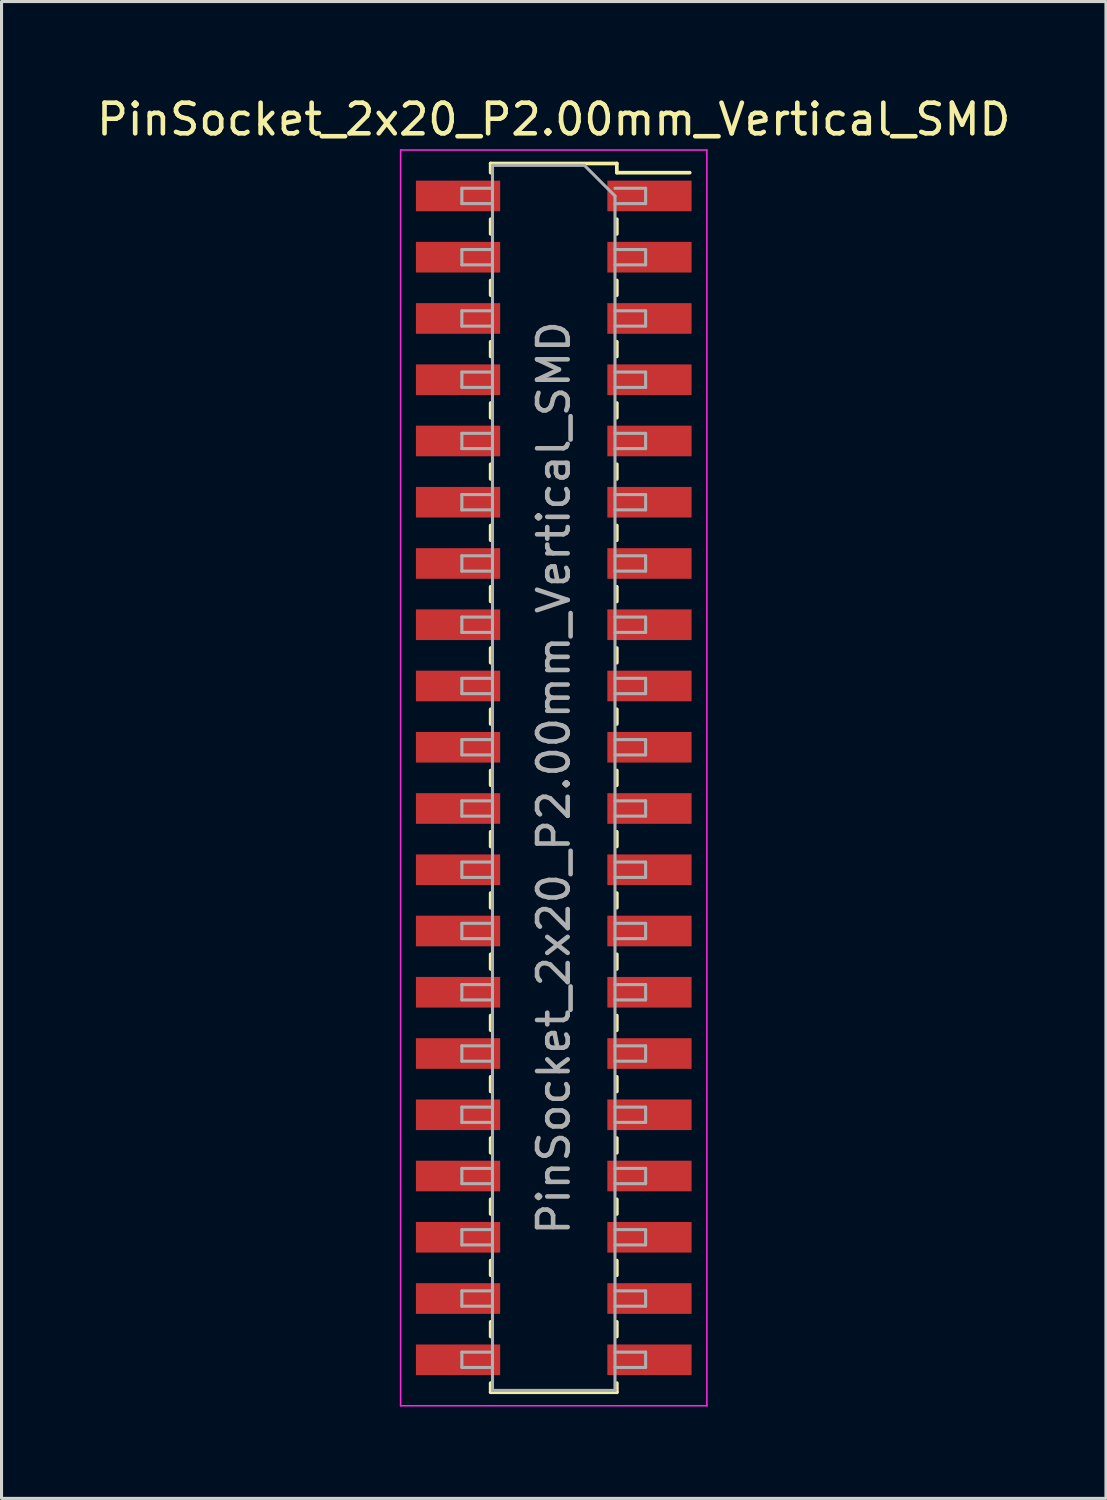
<source format=kicad_pcb>
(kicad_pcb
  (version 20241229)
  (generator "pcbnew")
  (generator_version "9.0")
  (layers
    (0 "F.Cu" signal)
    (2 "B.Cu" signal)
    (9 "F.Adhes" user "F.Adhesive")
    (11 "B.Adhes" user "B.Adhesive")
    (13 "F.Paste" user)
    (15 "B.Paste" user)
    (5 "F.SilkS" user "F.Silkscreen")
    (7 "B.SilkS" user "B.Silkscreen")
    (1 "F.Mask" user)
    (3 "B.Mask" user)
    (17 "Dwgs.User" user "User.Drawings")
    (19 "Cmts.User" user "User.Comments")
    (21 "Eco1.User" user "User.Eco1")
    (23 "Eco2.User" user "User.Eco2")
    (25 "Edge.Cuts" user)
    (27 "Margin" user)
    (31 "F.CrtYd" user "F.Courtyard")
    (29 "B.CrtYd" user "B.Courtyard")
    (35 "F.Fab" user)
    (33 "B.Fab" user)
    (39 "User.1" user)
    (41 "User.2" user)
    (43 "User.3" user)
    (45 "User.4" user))
  (footprint "PinSocket_2x20_P2.00mm_Vertical_SMD"
    (layer "F.Cu")
    (at 15.03 22.348)
    (property "Reference" "PinSocket_2x20_P2.00mm_Vertical_SMD" (at 0 -21.5 0) (layer "F.SilkS") (effects (font (size 1 1) (thickness 0.15))))
    (attr smd)
    (fp_line (start -2.06 -20.06) (end -2.06 -19.76) (stroke (width 0.12) (type solid)) (layer "F.SilkS"))
    (fp_line (start -2.06 -20.06) (end 2.06 -20.06) (stroke (width 0.12) (type solid)) (layer "F.SilkS"))
    (fp_line (start -2.06 -18.24) (end -2.06 -17.76) (stroke (width 0.12) (type solid)) (layer "F.SilkS"))
    (fp_line (start -2.06 -16.24) (end -2.06 -15.76) (stroke (width 0.12) (type solid)) (layer "F.SilkS"))
    (fp_line (start -2.06 -14.24) (end -2.06 -13.76) (stroke (width 0.12) (type solid)) (layer "F.SilkS"))
    (fp_line (start -2.06 -12.24) (end -2.06 -11.76) (stroke (width 0.12) (type solid)) (layer "F.SilkS"))
    (fp_line (start -2.06 -10.24) (end -2.06 -9.76) (stroke (width 0.12) (type solid)) (layer "F.SilkS"))
    (fp_line (start -2.06 -8.24) (end -2.06 -7.76) (stroke (width 0.12) (type solid)) (layer "F.SilkS"))
    (fp_line (start -2.06 -6.24) (end -2.06 -5.76) (stroke (width 0.12) (type solid)) (layer "F.SilkS"))
    (fp_line (start -2.06 -4.24) (end -2.06 -3.76) (stroke (width 0.12) (type solid)) (layer "F.SilkS"))
    (fp_line (start -2.06 -2.24) (end -2.06 -1.76) (stroke (width 0.12) (type solid)) (layer "F.SilkS"))
    (fp_line (start -2.06 -0.24) (end -2.06 0.24) (stroke (width 0.12) (type solid)) (layer "F.SilkS"))
    (fp_line (start -2.06 1.76) (end -2.06 2.24) (stroke (width 0.12) (type solid)) (layer "F.SilkS"))
    (fp_line (start -2.06 3.76) (end -2.06 4.24) (stroke (width 0.12) (type solid)) (layer "F.SilkS"))
    (fp_line (start -2.06 5.76) (end -2.06 6.24) (stroke (width 0.12) (type solid)) (layer "F.SilkS"))
    (fp_line (start -2.06 7.76) (end -2.06 8.24) (stroke (width 0.12) (type solid)) (layer "F.SilkS"))
    (fp_line (start -2.06 9.76) (end -2.06 10.24) (stroke (width 0.12) (type solid)) (layer "F.SilkS"))
    (fp_line (start -2.06 11.76) (end -2.06 12.24) (stroke (width 0.12) (type solid)) (layer "F.SilkS"))
    (fp_line (start -2.06 13.76) (end -2.06 14.24) (stroke (width 0.12) (type solid)) (layer "F.SilkS"))
    (fp_line (start -2.06 15.76) (end -2.06 16.24) (stroke (width 0.12) (type solid)) (layer "F.SilkS"))
    (fp_line (start -2.06 17.76) (end -2.06 18.24) (stroke (width 0.12) (type solid)) (layer "F.SilkS"))
    (fp_line (start -2.06 19.76) (end -2.06 20.06) (stroke (width 0.12) (type solid)) (layer "F.SilkS"))
    (fp_line (start -2.06 20.06) (end 2.06 20.06) (stroke (width 0.12) (type solid)) (layer "F.SilkS"))
    (fp_line (start 2.06 -20.06) (end 2.06 -19.76) (stroke (width 0.12) (type solid)) (layer "F.SilkS"))
    (fp_line (start 2.06 -19.76) (end 4.44 -19.76) (stroke (width 0.12) (type solid)) (layer "F.SilkS"))
    (fp_line (start 2.06 -18.24) (end 2.06 -17.76) (stroke (width 0.12) (type solid)) (layer "F.SilkS"))
    (fp_line (start 2.06 -16.24) (end 2.06 -15.76) (stroke (width 0.12) (type solid)) (layer "F.SilkS"))
    (fp_line (start 2.06 -14.24) (end 2.06 -13.76) (stroke (width 0.12) (type solid)) (layer "F.SilkS"))
    (fp_line (start 2.06 -12.24) (end 2.06 -11.76) (stroke (width 0.12) (type solid)) (layer "F.SilkS"))
    (fp_line (start 2.06 -10.24) (end 2.06 -9.76) (stroke (width 0.12) (type solid)) (layer "F.SilkS"))
    (fp_line (start 2.06 -8.24) (end 2.06 -7.76) (stroke (width 0.12) (type solid)) (layer "F.SilkS"))
    (fp_line (start 2.06 -6.24) (end 2.06 -5.76) (stroke (width 0.12) (type solid)) (layer "F.SilkS"))
    (fp_line (start 2.06 -4.24) (end 2.06 -3.76) (stroke (width 0.12) (type solid)) (layer "F.SilkS"))
    (fp_line (start 2.06 -2.24) (end 2.06 -1.76) (stroke (width 0.12) (type solid)) (layer "F.SilkS"))
    (fp_line (start 2.06 -0.24) (end 2.06 0.24) (stroke (width 0.12) (type solid)) (layer "F.SilkS"))
    (fp_line (start 2.06 1.76) (end 2.06 2.24) (stroke (width 0.12) (type solid)) (layer "F.SilkS"))
    (fp_line (start 2.06 3.76) (end 2.06 4.24) (stroke (width 0.12) (type solid)) (layer "F.SilkS"))
    (fp_line (start 2.06 5.76) (end 2.06 6.24) (stroke (width 0.12) (type solid)) (layer "F.SilkS"))
    (fp_line (start 2.06 7.76) (end 2.06 8.24) (stroke (width 0.12) (type solid)) (layer "F.SilkS"))
    (fp_line (start 2.06 9.76) (end 2.06 10.24) (stroke (width 0.12) (type solid)) (layer "F.SilkS"))
    (fp_line (start 2.06 11.76) (end 2.06 12.24) (stroke (width 0.12) (type solid)) (layer "F.SilkS"))
    (fp_line (start 2.06 13.76) (end 2.06 14.24) (stroke (width 0.12) (type solid)) (layer "F.SilkS"))
    (fp_line (start 2.06 15.76) (end 2.06 16.24) (stroke (width 0.12) (type solid)) (layer "F.SilkS"))
    (fp_line (start 2.06 17.76) (end 2.06 18.24) (stroke (width 0.12) (type solid)) (layer "F.SilkS"))
    (fp_line (start 2.06 19.76) (end 2.06 20.06) (stroke (width 0.12) (type solid)) (layer "F.SilkS"))
    (fp_line (start -5 -20.5) (end 5 -20.5) (stroke (width 0.05) (type solid)) (layer "F.CrtYd"))
    (fp_line (start -5 20.5) (end -5 -20.5) (stroke (width 0.05) (type solid)) (layer "F.CrtYd"))
    (fp_line (start 5 -20.5) (end 5 20.5) (stroke (width 0.05) (type solid)) (layer "F.CrtYd"))
    (fp_line (start 5 20.5) (end -5 20.5) (stroke (width 0.05) (type solid)) (layer "F.CrtYd"))
    (fp_line (start -3 -19.25) (end -2 -19.25) (stroke (width 0.1) (type solid)) (layer "F.Fab"))
    (fp_line (start -3 -18.75) (end -3 -19.25) (stroke (width 0.1) (type solid)) (layer "F.Fab"))
    (fp_line (start -3 -17.25) (end -2 -17.25) (stroke (width 0.1) (type solid)) (layer "F.Fab"))
    (fp_line (start -3 -16.75) (end -3 -17.25) (stroke (width 0.1) (type solid)) (layer "F.Fab"))
    (fp_line (start -3 -15.25) (end -2 -15.25) (stroke (width 0.1) (type solid)) (layer "F.Fab"))
    (fp_line (start -3 -14.75) (end -3 -15.25) (stroke (width 0.1) (type solid)) (layer "F.Fab"))
    (fp_line (start -3 -13.25) (end -2 -13.25) (stroke (width 0.1) (type solid)) (layer "F.Fab"))
    (fp_line (start -3 -12.75) (end -3 -13.25) (stroke (width 0.1) (type solid)) (layer "F.Fab"))
    (fp_line (start -3 -11.25) (end -2 -11.25) (stroke (width 0.1) (type solid)) (layer "F.Fab"))
    (fp_line (start -3 -10.75) (end -3 -11.25) (stroke (width 0.1) (type solid)) (layer "F.Fab"))
    (fp_line (start -3 -9.25) (end -2 -9.25) (stroke (width 0.1) (type solid)) (layer "F.Fab"))
    (fp_line (start -3 -8.75) (end -3 -9.25) (stroke (width 0.1) (type solid)) (layer "F.Fab"))
    (fp_line (start -3 -7.25) (end -2 -7.25) (stroke (width 0.1) (type solid)) (layer "F.Fab"))
    (fp_line (start -3 -6.75) (end -3 -7.25) (stroke (width 0.1) (type solid)) (layer "F.Fab"))
    (fp_line (start -3 -5.25) (end -2 -5.25) (stroke (width 0.1) (type solid)) (layer "F.Fab"))
    (fp_line (start -3 -4.75) (end -3 -5.25) (stroke (width 0.1) (type solid)) (layer "F.Fab"))
    (fp_line (start -3 -3.25) (end -2 -3.25) (stroke (width 0.1) (type solid)) (layer "F.Fab"))
    (fp_line (start -3 -2.75) (end -3 -3.25) (stroke (width 0.1) (type solid)) (layer "F.Fab"))
    (fp_line (start -3 -1.25) (end -2 -1.25) (stroke (width 0.1) (type solid)) (layer "F.Fab"))
    (fp_line (start -3 -0.75) (end -3 -1.25) (stroke (width 0.1) (type solid)) (layer "F.Fab"))
    (fp_line (start -3 0.75) (end -2 0.75) (stroke (width 0.1) (type solid)) (layer "F.Fab"))
    (fp_line (start -3 1.25) (end -3 0.75) (stroke (width 0.1) (type solid)) (layer "F.Fab"))
    (fp_line (start -3 2.75) (end -2 2.75) (stroke (width 0.1) (type solid)) (layer "F.Fab"))
    (fp_line (start -3 3.25) (end -3 2.75) (stroke (width 0.1) (type solid)) (layer "F.Fab"))
    (fp_line (start -3 4.75) (end -2 4.75) (stroke (width 0.1) (type solid)) (layer "F.Fab"))
    (fp_line (start -3 5.25) (end -3 4.75) (stroke (width 0.1) (type solid)) (layer "F.Fab"))
    (fp_line (start -3 6.75) (end -2 6.75) (stroke (width 0.1) (type solid)) (layer "F.Fab"))
    (fp_line (start -3 7.25) (end -3 6.75) (stroke (width 0.1) (type solid)) (layer "F.Fab"))
    (fp_line (start -3 8.75) (end -2 8.75) (stroke (width 0.1) (type solid)) (layer "F.Fab"))
    (fp_line (start -3 9.25) (end -3 8.75) (stroke (width 0.1) (type solid)) (layer "F.Fab"))
    (fp_line (start -3 10.75) (end -2 10.75) (stroke (width 0.1) (type solid)) (layer "F.Fab"))
    (fp_line (start -3 11.25) (end -3 10.75) (stroke (width 0.1) (type solid)) (layer "F.Fab"))
    (fp_line (start -3 12.75) (end -2 12.75) (stroke (width 0.1) (type solid)) (layer "F.Fab"))
    (fp_line (start -3 13.25) (end -3 12.75) (stroke (width 0.1) (type solid)) (layer "F.Fab"))
    (fp_line (start -3 14.75) (end -2 14.75) (stroke (width 0.1) (type solid)) (layer "F.Fab"))
    (fp_line (start -3 15.25) (end -3 14.75) (stroke (width 0.1) (type solid)) (layer "F.Fab"))
    (fp_line (start -3 16.75) (end -2 16.75) (stroke (width 0.1) (type solid)) (layer "F.Fab"))
    (fp_line (start -3 17.25) (end -3 16.75) (stroke (width 0.1) (type solid)) (layer "F.Fab"))
    (fp_line (start -3 18.75) (end -2 18.75) (stroke (width 0.1) (type solid)) (layer "F.Fab"))
    (fp_line (start -3 19.25) (end -3 18.75) (stroke (width 0.1) (type solid)) (layer "F.Fab"))
    (fp_line (start -2 -20) (end 1 -20) (stroke (width 0.1) (type solid)) (layer "F.Fab"))
    (fp_line (start -2 -18.75) (end -3 -18.75) (stroke (width 0.1) (type solid)) (layer "F.Fab"))
    (fp_line (start -2 -16.75) (end -3 -16.75) (stroke (width 0.1) (type solid)) (layer "F.Fab"))
    (fp_line (start -2 -14.75) (end -3 -14.75) (stroke (width 0.1) (type solid)) (layer "F.Fab"))
    (fp_line (start -2 -12.75) (end -3 -12.75) (stroke (width 0.1) (type solid)) (layer "F.Fab"))
    (fp_line (start -2 -10.75) (end -3 -10.75) (stroke (width 0.1) (type solid)) (layer "F.Fab"))
    (fp_line (start -2 -8.75) (end -3 -8.75) (stroke (width 0.1) (type solid)) (layer "F.Fab"))
    (fp_line (start -2 -6.75) (end -3 -6.75) (stroke (width 0.1) (type solid)) (layer "F.Fab"))
    (fp_line (start -2 -4.75) (end -3 -4.75) (stroke (width 0.1) (type solid)) (layer "F.Fab"))
    (fp_line (start -2 -2.75) (end -3 -2.75) (stroke (width 0.1) (type solid)) (layer "F.Fab"))
    (fp_line (start -2 -0.75) (end -3 -0.75) (stroke (width 0.1) (type solid)) (layer "F.Fab"))
    (fp_line (start -2 1.25) (end -3 1.25) (stroke (width 0.1) (type solid)) (layer "F.Fab"))
    (fp_line (start -2 3.25) (end -3 3.25) (stroke (width 0.1) (type solid)) (layer "F.Fab"))
    (fp_line (start -2 5.25) (end -3 5.25) (stroke (width 0.1) (type solid)) (layer "F.Fab"))
    (fp_line (start -2 7.25) (end -3 7.25) (stroke (width 0.1) (type solid)) (layer "F.Fab"))
    (fp_line (start -2 9.25) (end -3 9.25) (stroke (width 0.1) (type solid)) (layer "F.Fab"))
    (fp_line (start -2 11.25) (end -3 11.25) (stroke (width 0.1) (type solid)) (layer "F.Fab"))
    (fp_line (start -2 13.25) (end -3 13.25) (stroke (width 0.1) (type solid)) (layer "F.Fab"))
    (fp_line (start -2 15.25) (end -3 15.25) (stroke (width 0.1) (type solid)) (layer "F.Fab"))
    (fp_line (start -2 17.25) (end -3 17.25) (stroke (width 0.1) (type solid)) (layer "F.Fab"))
    (fp_line (start -2 19.25) (end -3 19.25) (stroke (width 0.1) (type solid)) (layer "F.Fab"))
    (fp_line (start -2 20) (end -2 -20) (stroke (width 0.1) (type solid)) (layer "F.Fab"))
    (fp_line (start 1 -20) (end 2 -19) (stroke (width 0.1) (type solid)) (layer "F.Fab"))
    (fp_line (start 2 -19.25) (end 3 -19.25) (stroke (width 0.1) (type solid)) (layer "F.Fab"))
    (fp_line (start 2 -19) (end 2 20) (stroke (width 0.1) (type solid)) (layer "F.Fab"))
    (fp_line (start 2 -17.25) (end 3 -17.25) (stroke (width 0.1) (type solid)) (layer "F.Fab"))
    (fp_line (start 2 -15.25) (end 3 -15.25) (stroke (width 0.1) (type solid)) (layer "F.Fab"))
    (fp_line (start 2 -13.25) (end 3 -13.25) (stroke (width 0.1) (type solid)) (layer "F.Fab"))
    (fp_line (start 2 -11.25) (end 3 -11.25) (stroke (width 0.1) (type solid)) (layer "F.Fab"))
    (fp_line (start 2 -9.25) (end 3 -9.25) (stroke (width 0.1) (type solid)) (layer "F.Fab"))
    (fp_line (start 2 -7.25) (end 3 -7.25) (stroke (width 0.1) (type solid)) (layer "F.Fab"))
    (fp_line (start 2 -5.25) (end 3 -5.25) (stroke (width 0.1) (type solid)) (layer "F.Fab"))
    (fp_line (start 2 -3.25) (end 3 -3.25) (stroke (width 0.1) (type solid)) (layer "F.Fab"))
    (fp_line (start 2 -1.25) (end 3 -1.25) (stroke (width 0.1) (type solid)) (layer "F.Fab"))
    (fp_line (start 2 0.75) (end 3 0.75) (stroke (width 0.1) (type solid)) (layer "F.Fab"))
    (fp_line (start 2 2.75) (end 3 2.75) (stroke (width 0.1) (type solid)) (layer "F.Fab"))
    (fp_line (start 2 4.75) (end 3 4.75) (stroke (width 0.1) (type solid)) (layer "F.Fab"))
    (fp_line (start 2 6.75) (end 3 6.75) (stroke (width 0.1) (type solid)) (layer "F.Fab"))
    (fp_line (start 2 8.75) (end 3 8.75) (stroke (width 0.1) (type solid)) (layer "F.Fab"))
    (fp_line (start 2 10.75) (end 3 10.75) (stroke (width 0.1) (type solid)) (layer "F.Fab"))
    (fp_line (start 2 12.75) (end 3 12.75) (stroke (width 0.1) (type solid)) (layer "F.Fab"))
    (fp_line (start 2 14.75) (end 3 14.75) (stroke (width 0.1) (type solid)) (layer "F.Fab"))
    (fp_line (start 2 16.75) (end 3 16.75) (stroke (width 0.1) (type solid)) (layer "F.Fab"))
    (fp_line (start 2 18.75) (end 3 18.75) (stroke (width 0.1) (type solid)) (layer "F.Fab"))
    (fp_line (start 2 20) (end -2 20) (stroke (width 0.1) (type solid)) (layer "F.Fab"))
    (fp_line (start 3 -19.25) (end 3 -18.75) (stroke (width 0.1) (type solid)) (layer "F.Fab"))
    (fp_line (start 3 -18.75) (end 2 -18.75) (stroke (width 0.1) (type solid)) (layer "F.Fab"))
    (fp_line (start 3 -17.25) (end 3 -16.75) (stroke (width 0.1) (type solid)) (layer "F.Fab"))
    (fp_line (start 3 -16.75) (end 2 -16.75) (stroke (width 0.1) (type solid)) (layer "F.Fab"))
    (fp_line (start 3 -15.25) (end 3 -14.75) (stroke (width 0.1) (type solid)) (layer "F.Fab"))
    (fp_line (start 3 -14.75) (end 2 -14.75) (stroke (width 0.1) (type solid)) (layer "F.Fab"))
    (fp_line (start 3 -13.25) (end 3 -12.75) (stroke (width 0.1) (type solid)) (layer "F.Fab"))
    (fp_line (start 3 -12.75) (end 2 -12.75) (stroke (width 0.1) (type solid)) (layer "F.Fab"))
    (fp_line (start 3 -11.25) (end 3 -10.75) (stroke (width 0.1) (type solid)) (layer "F.Fab"))
    (fp_line (start 3 -10.75) (end 2 -10.75) (stroke (width 0.1) (type solid)) (layer "F.Fab"))
    (fp_line (start 3 -9.25) (end 3 -8.75) (stroke (width 0.1) (type solid)) (layer "F.Fab"))
    (fp_line (start 3 -8.75) (end 2 -8.75) (stroke (width 0.1) (type solid)) (layer "F.Fab"))
    (fp_line (start 3 -7.25) (end 3 -6.75) (stroke (width 0.1) (type solid)) (layer "F.Fab"))
    (fp_line (start 3 -6.75) (end 2 -6.75) (stroke (width 0.1) (type solid)) (layer "F.Fab"))
    (fp_line (start 3 -5.25) (end 3 -4.75) (stroke (width 0.1) (type solid)) (layer "F.Fab"))
    (fp_line (start 3 -4.75) (end 2 -4.75) (stroke (width 0.1) (type solid)) (layer "F.Fab"))
    (fp_line (start 3 -3.25) (end 3 -2.75) (stroke (width 0.1) (type solid)) (layer "F.Fab"))
    (fp_line (start 3 -2.75) (end 2 -2.75) (stroke (width 0.1) (type solid)) (layer "F.Fab"))
    (fp_line (start 3 -1.25) (end 3 -0.75) (stroke (width 0.1) (type solid)) (layer "F.Fab"))
    (fp_line (start 3 -0.75) (end 2 -0.75) (stroke (width 0.1) (type solid)) (layer "F.Fab"))
    (fp_line (start 3 0.75) (end 3 1.25) (stroke (width 0.1) (type solid)) (layer "F.Fab"))
    (fp_line (start 3 1.25) (end 2 1.25) (stroke (width 0.1) (type solid)) (layer "F.Fab"))
    (fp_line (start 3 2.75) (end 3 3.25) (stroke (width 0.1) (type solid)) (layer "F.Fab"))
    (fp_line (start 3 3.25) (end 2 3.25) (stroke (width 0.1) (type solid)) (layer "F.Fab"))
    (fp_line (start 3 4.75) (end 3 5.25) (stroke (width 0.1) (type solid)) (layer "F.Fab"))
    (fp_line (start 3 5.25) (end 2 5.25) (stroke (width 0.1) (type solid)) (layer "F.Fab"))
    (fp_line (start 3 6.75) (end 3 7.25) (stroke (width 0.1) (type solid)) (layer "F.Fab"))
    (fp_line (start 3 7.25) (end 2 7.25) (stroke (width 0.1) (type solid)) (layer "F.Fab"))
    (fp_line (start 3 8.75) (end 3 9.25) (stroke (width 0.1) (type solid)) (layer "F.Fab"))
    (fp_line (start 3 9.25) (end 2 9.25) (stroke (width 0.1) (type solid)) (layer "F.Fab"))
    (fp_line (start 3 10.75) (end 3 11.25) (stroke (width 0.1) (type solid)) (layer "F.Fab"))
    (fp_line (start 3 11.25) (end 2 11.25) (stroke (width 0.1) (type solid)) (layer "F.Fab"))
    (fp_line (start 3 12.75) (end 3 13.25) (stroke (width 0.1) (type solid)) (layer "F.Fab"))
    (fp_line (start 3 13.25) (end 2 13.25) (stroke (width 0.1) (type solid)) (layer "F.Fab"))
    (fp_line (start 3 14.75) (end 3 15.25) (stroke (width 0.1) (type solid)) (layer "F.Fab"))
    (fp_line (start 3 15.25) (end 2 15.25) (stroke (width 0.1) (type solid)) (layer "F.Fab"))
    (fp_line (start 3 16.75) (end 3 17.25) (stroke (width 0.1) (type solid)) (layer "F.Fab"))
    (fp_line (start 3 17.25) (end 2 17.25) (stroke (width 0.1) (type solid)) (layer "F.Fab"))
    (fp_line (start 3 18.75) (end 3 19.25) (stroke (width 0.1) (type solid)) (layer "F.Fab"))
    (fp_line (start 3 19.25) (end 2 19.25) (stroke (width 0.1) (type solid)) (layer "F.Fab"))
    (fp_text user "${REFERENCE}" (at 0 0 90) (layer "F.Fab") (effects (font (size 1 1) (thickness 0.15))))
    (pad "1" smd rect (at 3.125 -19) (size 2.75 1) (layers "F.Cu" "F.Mask" "F.Paste"))
    (pad "2" smd rect (at -3.125 -19) (size 2.75 1) (layers "F.Cu" "F.Mask" "F.Paste"))
    (pad "3" smd rect (at 3.125 -17) (size 2.75 1) (layers "F.Cu" "F.Mask" "F.Paste"))
    (pad "4" smd rect (at -3.125 -17) (size 2.75 1) (layers "F.Cu" "F.Mask" "F.Paste"))
    (pad "5" smd rect (at 3.125 -15) (size 2.75 1) (layers "F.Cu" "F.Mask" "F.Paste"))
    (pad "6" smd rect (at -3.125 -15) (size 2.75 1) (layers "F.Cu" "F.Mask" "F.Paste"))
    (pad "7" smd rect (at 3.125 -13) (size 2.75 1) (layers "F.Cu" "F.Mask" "F.Paste"))
    (pad "8" smd rect (at -3.125 -13) (size 2.75 1) (layers "F.Cu" "F.Mask" "F.Paste"))
    (pad "9" smd rect (at 3.125 -11) (size 2.75 1) (layers "F.Cu" "F.Mask" "F.Paste"))
    (pad "10" smd rect (at -3.125 -11) (size 2.75 1) (layers "F.Cu" "F.Mask" "F.Paste"))
    (pad "11" smd rect (at 3.125 -9) (size 2.75 1) (layers "F.Cu" "F.Mask" "F.Paste"))
    (pad "12" smd rect (at -3.125 -9) (size 2.75 1) (layers "F.Cu" "F.Mask" "F.Paste"))
    (pad "13" smd rect (at 3.125 -7) (size 2.75 1) (layers "F.Cu" "F.Mask" "F.Paste"))
    (pad "14" smd rect (at -3.125 -7) (size 2.75 1) (layers "F.Cu" "F.Mask" "F.Paste"))
    (pad "15" smd rect (at 3.125 -5) (size 2.75 1) (layers "F.Cu" "F.Mask" "F.Paste"))
    (pad "16" smd rect (at -3.125 -5) (size 2.75 1) (layers "F.Cu" "F.Mask" "F.Paste"))
    (pad "17" smd rect (at 3.125 -3) (size 2.75 1) (layers "F.Cu" "F.Mask" "F.Paste"))
    (pad "18" smd rect (at -3.125 -3) (size 2.75 1) (layers "F.Cu" "F.Mask" "F.Paste"))
    (pad "19" smd rect (at 3.125 -1) (size 2.75 1) (layers "F.Cu" "F.Mask" "F.Paste"))
    (pad "20" smd rect (at -3.125 -1) (size 2.75 1) (layers "F.Cu" "F.Mask" "F.Paste"))
    (pad "21" smd rect (at 3.125 1) (size 2.75 1) (layers "F.Cu" "F.Mask" "F.Paste"))
    (pad "22" smd rect (at -3.125 1) (size 2.75 1) (layers "F.Cu" "F.Mask" "F.Paste"))
    (pad "23" smd rect (at 3.125 3) (size 2.75 1) (layers "F.Cu" "F.Mask" "F.Paste"))
    (pad "24" smd rect (at -3.125 3) (size 2.75 1) (layers "F.Cu" "F.Mask" "F.Paste"))
    (pad "25" smd rect (at 3.125 5) (size 2.75 1) (layers "F.Cu" "F.Mask" "F.Paste"))
    (pad "26" smd rect (at -3.125 5) (size 2.75 1) (layers "F.Cu" "F.Mask" "F.Paste"))
    (pad "27" smd rect (at 3.125 7) (size 2.75 1) (layers "F.Cu" "F.Mask" "F.Paste"))
    (pad "28" smd rect (at -3.125 7) (size 2.75 1) (layers "F.Cu" "F.Mask" "F.Paste"))
    (pad "29" smd rect (at 3.125 9) (size 2.75 1) (layers "F.Cu" "F.Mask" "F.Paste"))
    (pad "30" smd rect (at -3.125 9) (size 2.75 1) (layers "F.Cu" "F.Mask" "F.Paste"))
    (pad "31" smd rect (at 3.125 11) (size 2.75 1) (layers "F.Cu" "F.Mask" "F.Paste"))
    (pad "32" smd rect (at -3.125 11) (size 2.75 1) (layers "F.Cu" "F.Mask" "F.Paste"))
    (pad "33" smd rect (at 3.125 13) (size 2.75 1) (layers "F.Cu" "F.Mask" "F.Paste"))
    (pad "34" smd rect (at -3.125 13) (size 2.75 1) (layers "F.Cu" "F.Mask" "F.Paste"))
    (pad "35" smd rect (at 3.125 15) (size 2.75 1) (layers "F.Cu" "F.Mask" "F.Paste"))
    (pad "36" smd rect (at -3.125 15) (size 2.75 1) (layers "F.Cu" "F.Mask" "F.Paste"))
    (pad "37" smd rect (at 3.125 17) (size 2.75 1) (layers "F.Cu" "F.Mask" "F.Paste"))
    (pad "38" smd rect (at -3.125 17) (size 2.75 1) (layers "F.Cu" "F.Mask" "F.Paste"))
    (pad "39" smd rect (at 3.125 19) (size 2.75 1) (layers "F.Cu" "F.Mask" "F.Paste"))
    (pad "40" smd rect (at -3.125 19) (size 2.75 1) (layers "F.Cu" "F.Mask" "F.Paste")))
  (gr_rect
    (start -3 -3)
    (end 33.06 45.873)
    (stroke (width 0.1) (type default))
    (fill no)
    (layer "Edge.Cuts")))
</source>
